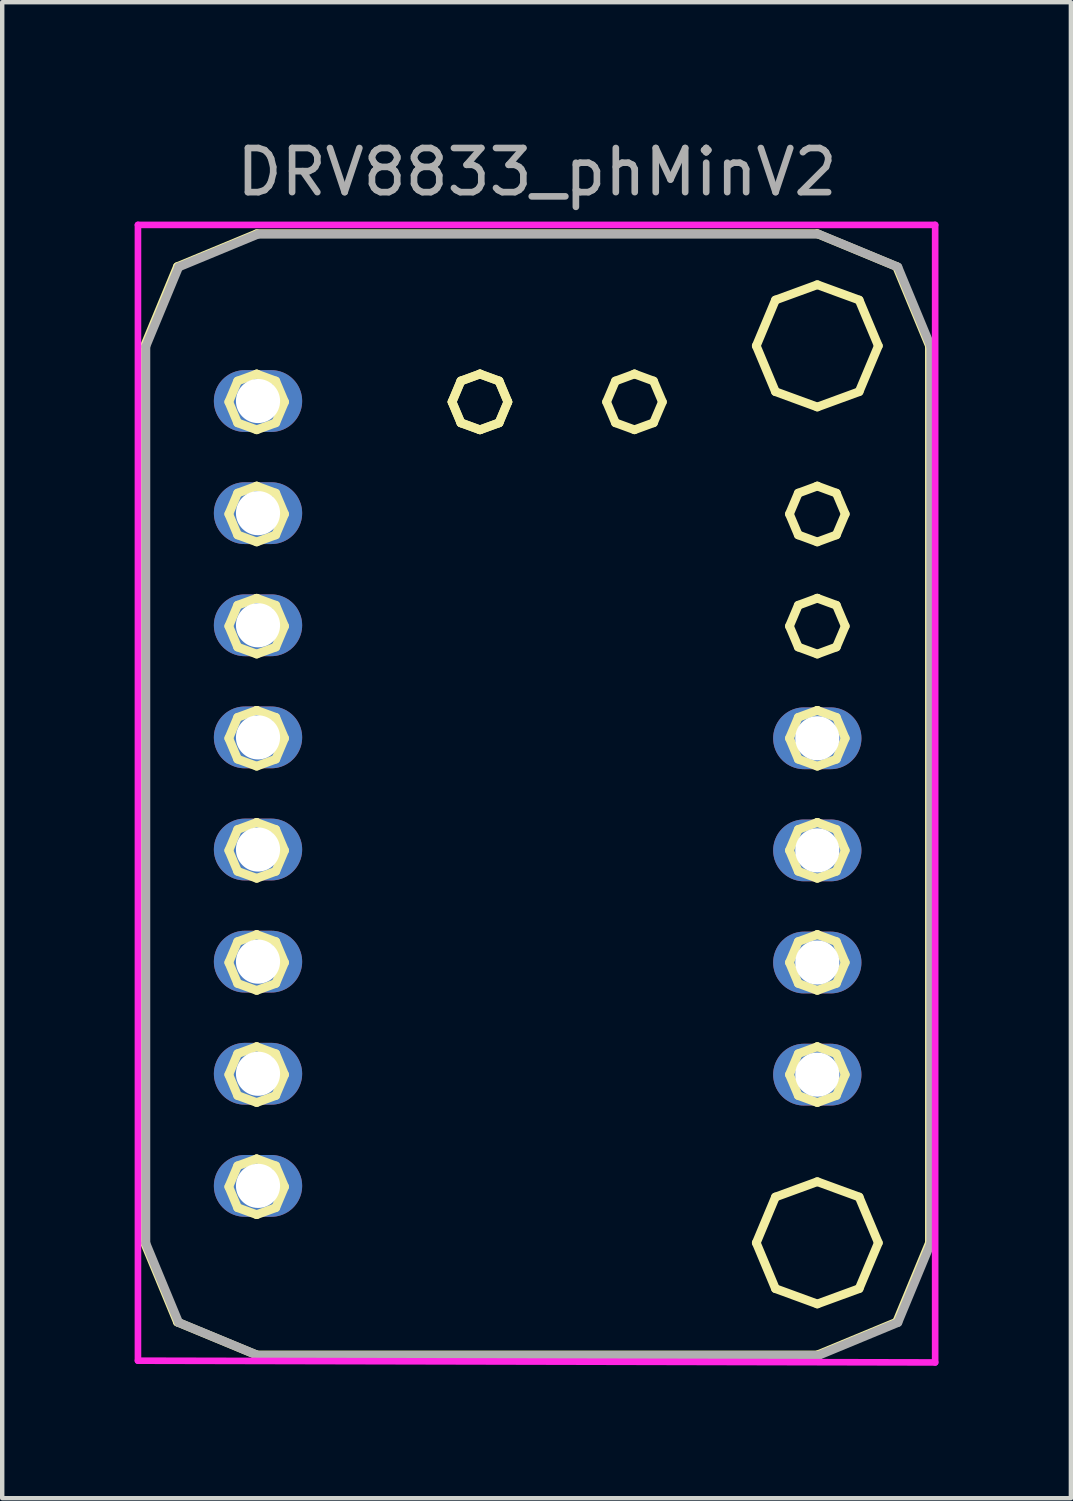
<source format=kicad_pcb>
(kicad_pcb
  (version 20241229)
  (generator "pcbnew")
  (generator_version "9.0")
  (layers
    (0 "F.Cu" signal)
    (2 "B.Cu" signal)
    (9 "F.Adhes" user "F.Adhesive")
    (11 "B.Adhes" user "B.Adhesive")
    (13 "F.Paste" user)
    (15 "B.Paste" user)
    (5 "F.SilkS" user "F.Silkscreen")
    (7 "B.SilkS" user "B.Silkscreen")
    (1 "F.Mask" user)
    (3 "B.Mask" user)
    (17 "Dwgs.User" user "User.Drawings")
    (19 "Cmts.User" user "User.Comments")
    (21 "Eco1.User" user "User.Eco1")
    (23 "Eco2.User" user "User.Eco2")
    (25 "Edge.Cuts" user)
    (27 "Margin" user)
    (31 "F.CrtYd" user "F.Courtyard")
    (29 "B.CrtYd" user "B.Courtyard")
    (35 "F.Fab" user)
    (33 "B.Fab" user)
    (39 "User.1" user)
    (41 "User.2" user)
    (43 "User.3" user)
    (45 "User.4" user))
  (footprint "DRV8833_phMinV2"
    (layer "F.Cu")
    (at 9.115 14.945)
    (property "Reference" "DRV8833_phMinV2" (at 0 -14.097 0) (layer "F.Fab") (effects (font (size 1 1) (thickness 0.15))))
    (attr smd)
    (fp_line (start -8.89 -10.16) (end -8.146 -11.956) (stroke (width 0.198) (type solid)) (layer "F.SilkS"))
    (fp_line (start -8.89 10.16) (end -8.89 -10.16) (stroke (width 0.198) (type solid)) (layer "F.SilkS"))
    (fp_line (start -8.146 -11.956) (end -6.35 -12.7) (stroke (width 0.198) (type solid)) (layer "F.SilkS"))
    (fp_line (start -8.146 11.956) (end -8.89 10.16) (stroke (width 0.198) (type solid)) (layer "F.SilkS"))
    (fp_line (start -6.982 -8.89) (end -6.782 -8.416) (stroke (width 0.198) (type solid)) (layer "F.SilkS"))
    (fp_line (start -6.982 -6.35) (end -6.782 -5.877) (stroke (width 0.198) (type solid)) (layer "F.SilkS"))
    (fp_line (start -6.982 -3.81) (end -6.782 -3.336) (stroke (width 0.198) (type solid)) (layer "F.SilkS"))
    (fp_line (start -6.982 -1.27) (end -6.782 -0.797) (stroke (width 0.198) (type solid)) (layer "F.SilkS"))
    (fp_line (start -6.982 1.271) (end -6.782 1.744) (stroke (width 0.198) (type solid)) (layer "F.SilkS"))
    (fp_line (start -6.982 3.81) (end -6.782 4.284) (stroke (width 0.198) (type solid)) (layer "F.SilkS"))
    (fp_line (start -6.982 6.35) (end -6.782 6.823) (stroke (width 0.198) (type solid)) (layer "F.SilkS"))
    (fp_line (start -6.982 8.89) (end -6.782 9.364) (stroke (width 0.198) (type solid)) (layer "F.SilkS"))
    (fp_line (start -6.782 -9.364) (end -6.982 -8.89) (stroke (width 0.198) (type solid)) (layer "F.SilkS"))
    (fp_line (start -6.782 -8.416) (end -6.35 -8.258) (stroke (width 0.198) (type solid)) (layer "F.SilkS"))
    (fp_line (start -6.782 -6.824) (end -6.982 -6.35) (stroke (width 0.198) (type solid)) (layer "F.SilkS"))
    (fp_line (start -6.782 -5.877) (end -6.35 -5.718) (stroke (width 0.198) (type solid)) (layer "F.SilkS"))
    (fp_line (start -6.782 -4.284) (end -6.982 -3.81) (stroke (width 0.198) (type solid)) (layer "F.SilkS"))
    (fp_line (start -6.782 -3.336) (end -6.35 -3.178) (stroke (width 0.198) (type solid)) (layer "F.SilkS"))
    (fp_line (start -6.782 -1.744) (end -6.982 -1.27) (stroke (width 0.198) (type solid)) (layer "F.SilkS"))
    (fp_line (start -6.782 -0.797) (end -6.35 -0.638) (stroke (width 0.198) (type solid)) (layer "F.SilkS"))
    (fp_line (start -6.782 0.797) (end -6.982 1.271) (stroke (width 0.198) (type solid)) (layer "F.SilkS"))
    (fp_line (start -6.782 1.744) (end -6.35 1.902) (stroke (width 0.198) (type solid)) (layer "F.SilkS"))
    (fp_line (start -6.782 3.336) (end -6.982 3.81) (stroke (width 0.198) (type solid)) (layer "F.SilkS"))
    (fp_line (start -6.782 4.284) (end -6.35 4.442) (stroke (width 0.198) (type solid)) (layer "F.SilkS"))
    (fp_line (start -6.782 5.876) (end -6.982 6.35) (stroke (width 0.198) (type solid)) (layer "F.SilkS"))
    (fp_line (start -6.782 6.823) (end -6.35 6.982) (stroke (width 0.198) (type solid)) (layer "F.SilkS"))
    (fp_line (start -6.782 8.416) (end -6.982 8.89) (stroke (width 0.198) (type solid)) (layer "F.SilkS"))
    (fp_line (start -6.782 9.364) (end -6.35 9.522) (stroke (width 0.198) (type solid)) (layer "F.SilkS"))
    (fp_line (start -6.35 -9.522) (end -6.782 -9.364) (stroke (width 0.198) (type solid)) (layer "F.SilkS"))
    (fp_line (start -6.35 -9.522) (end -6.35 -9.522) (stroke (width 0.198) (type solid)) (layer "F.SilkS"))
    (fp_line (start -6.35 -8.258) (end -5.918 -8.416) (stroke (width 0.198) (type solid)) (layer "F.SilkS"))
    (fp_line (start -6.35 -6.983) (end -6.782 -6.824) (stroke (width 0.198) (type solid)) (layer "F.SilkS"))
    (fp_line (start -6.35 -6.983) (end -6.35 -6.983) (stroke (width 0.198) (type solid)) (layer "F.SilkS"))
    (fp_line (start -6.35 -5.718) (end -5.918 -5.877) (stroke (width 0.198) (type solid)) (layer "F.SilkS"))
    (fp_line (start -6.35 -4.442) (end -6.782 -4.284) (stroke (width 0.198) (type solid)) (layer "F.SilkS"))
    (fp_line (start -6.35 -4.442) (end -6.35 -4.442) (stroke (width 0.198) (type solid)) (layer "F.SilkS"))
    (fp_line (start -6.35 -3.178) (end -5.918 -3.336) (stroke (width 0.198) (type solid)) (layer "F.SilkS"))
    (fp_line (start -6.35 -1.902) (end -6.782 -1.744) (stroke (width 0.198) (type solid)) (layer "F.SilkS"))
    (fp_line (start -6.35 -1.902) (end -6.35 -1.902) (stroke (width 0.198) (type solid)) (layer "F.SilkS"))
    (fp_line (start -6.35 -0.638) (end -5.918 -0.797) (stroke (width 0.198) (type solid)) (layer "F.SilkS"))
    (fp_line (start -6.35 0.638) (end -6.782 0.797) (stroke (width 0.198) (type solid)) (layer "F.SilkS"))
    (fp_line (start -6.35 0.638) (end -6.35 0.638) (stroke (width 0.198) (type solid)) (layer "F.SilkS"))
    (fp_line (start -6.35 1.902) (end -5.918 1.744) (stroke (width 0.198) (type solid)) (layer "F.SilkS"))
    (fp_line (start -6.35 3.178) (end -6.782 3.336) (stroke (width 0.198) (type solid)) (layer "F.SilkS"))
    (fp_line (start -6.35 3.178) (end -6.35 3.178) (stroke (width 0.198) (type solid)) (layer "F.SilkS"))
    (fp_line (start -6.35 4.442) (end -5.918 4.284) (stroke (width 0.198) (type solid)) (layer "F.SilkS"))
    (fp_line (start -6.35 5.717) (end -6.782 5.876) (stroke (width 0.198) (type solid)) (layer "F.SilkS"))
    (fp_line (start -6.35 5.717) (end -6.35 5.717) (stroke (width 0.198) (type solid)) (layer "F.SilkS"))
    (fp_line (start -6.35 6.982) (end -5.918 6.823) (stroke (width 0.198) (type solid)) (layer "F.SilkS"))
    (fp_line (start -6.35 8.258) (end -6.782 8.416) (stroke (width 0.198) (type solid)) (layer "F.SilkS"))
    (fp_line (start -6.35 8.258) (end -6.35 8.258) (stroke (width 0.198) (type solid)) (layer "F.SilkS"))
    (fp_line (start -6.35 9.522) (end -5.918 9.364) (stroke (width 0.198) (type solid)) (layer "F.SilkS"))
    (fp_line (start -6.35 -12.7) (end 6.35 -12.7) (stroke (width 0.198) (type solid)) (layer "F.SilkS"))
    (fp_line (start -6.35 12.7) (end -8.146 11.956) (stroke (width 0.198) (type solid)) (layer "F.SilkS"))
    (fp_line (start -5.918 -9.364) (end -6.35 -9.522) (stroke (width 0.198) (type solid)) (layer "F.SilkS"))
    (fp_line (start -5.918 -8.416) (end -5.718 -8.89) (stroke (width 0.198) (type solid)) (layer "F.SilkS"))
    (fp_line (start -5.918 -6.824) (end -6.35 -6.983) (stroke (width 0.198) (type solid)) (layer "F.SilkS"))
    (fp_line (start -5.918 -5.877) (end -5.718 -6.35) (stroke (width 0.198) (type solid)) (layer "F.SilkS"))
    (fp_line (start -5.918 -4.284) (end -6.35 -4.442) (stroke (width 0.198) (type solid)) (layer "F.SilkS"))
    (fp_line (start -5.918 -1.744) (end -6.35 -1.902) (stroke (width 0.198) (type solid)) (layer "F.SilkS"))
    (fp_line (start -5.918 -0.797) (end -5.718 -1.27) (stroke (width 0.198) (type solid)) (layer "F.SilkS"))
    (fp_line (start -5.918 0.797) (end -6.35 0.638) (stroke (width 0.198) (type solid)) (layer "F.SilkS"))
    (fp_line (start -5.918 3.336) (end -6.35 3.178) (stroke (width 0.198) (type solid)) (layer "F.SilkS"))
    (fp_line (start -5.918 4.284) (end -5.718 3.81) (stroke (width 0.198) (type solid)) (layer "F.SilkS"))
    (fp_line (start -5.918 5.876) (end -6.35 5.717) (stroke (width 0.198) (type solid)) (layer "F.SilkS"))
    (fp_line (start -5.918 6.823) (end -5.718 6.35) (stroke (width 0.198) (type solid)) (layer "F.SilkS"))
    (fp_line (start -5.918 8.416) (end -6.35 8.258) (stroke (width 0.198) (type solid)) (layer "F.SilkS"))
    (fp_line (start -5.918 9.364) (end -5.718 8.89) (stroke (width 0.198) (type solid)) (layer "F.SilkS"))
    (fp_line (start -5.918 -3.336) (end -5.718 -3.81) (stroke (width 0.198) (type solid)) (layer "F.SilkS"))
    (fp_line (start -5.918 1.744) (end -5.718 1.271) (stroke (width 0.198) (type solid)) (layer "F.SilkS"))
    (fp_line (start -5.718 -8.89) (end -5.918 -9.364) (stroke (width 0.198) (type solid)) (layer "F.SilkS"))
    (fp_line (start -5.718 -6.35) (end -5.918 -6.824) (stroke (width 0.198) (type solid)) (layer "F.SilkS"))
    (fp_line (start -5.718 -3.81) (end -5.918 -4.284) (stroke (width 0.198) (type solid)) (layer "F.SilkS"))
    (fp_line (start -5.718 1.271) (end -5.918 0.797) (stroke (width 0.198) (type solid)) (layer "F.SilkS"))
    (fp_line (start -5.718 3.81) (end -5.918 3.336) (stroke (width 0.198) (type solid)) (layer "F.SilkS"))
    (fp_line (start -5.718 8.89) (end -5.918 8.416) (stroke (width 0.198) (type solid)) (layer "F.SilkS"))
    (fp_line (start -5.718 -1.27) (end -5.918 -1.744) (stroke (width 0.198) (type solid)) (layer "F.SilkS"))
    (fp_line (start -5.718 6.35) (end -5.918 5.876) (stroke (width 0.198) (type solid)) (layer "F.SilkS"))
    (fp_line (start -1.924 -8.89) (end -1.724 -8.416) (stroke (width 0.198) (type solid)) (layer "F.SilkS"))
    (fp_line (start -1.924 -8.89) (end -1.724 -8.416) (stroke (width 0.198) (type solid)) (layer "F.SilkS"))
    (fp_line (start -1.724 -9.364) (end -1.924 -8.89) (stroke (width 0.198) (type solid)) (layer "F.SilkS"))
    (fp_line (start -1.724 -9.364) (end -1.924 -8.89) (stroke (width 0.198) (type solid)) (layer "F.SilkS"))
    (fp_line (start -1.724 -8.416) (end -1.292 -8.258) (stroke (width 0.198) (type solid)) (layer "F.SilkS"))
    (fp_line (start -1.724 -8.416) (end -1.292 -8.258) (stroke (width 0.198) (type solid)) (layer "F.SilkS"))
    (fp_line (start -1.292 -9.522) (end -1.724 -9.364) (stroke (width 0.198) (type solid)) (layer "F.SilkS"))
    (fp_line (start -1.292 -9.522) (end -1.724 -9.364) (stroke (width 0.198) (type solid)) (layer "F.SilkS"))
    (fp_line (start -1.292 -9.522) (end -1.292 -9.522) (stroke (width 0.198) (type solid)) (layer "F.SilkS"))
    (fp_line (start -1.292 -9.522) (end -1.292 -9.522) (stroke (width 0.198) (type solid)) (layer "F.SilkS"))
    (fp_line (start -1.292 -8.258) (end -0.86 -8.416) (stroke (width 0.198) (type solid)) (layer "F.SilkS"))
    (fp_line (start -1.292 -8.258) (end -0.86 -8.416) (stroke (width 0.198) (type solid)) (layer "F.SilkS"))
    (fp_line (start -0.86 -9.364) (end -1.292 -9.522) (stroke (width 0.198) (type solid)) (layer "F.SilkS"))
    (fp_line (start -0.86 -9.364) (end -1.292 -9.522) (stroke (width 0.198) (type solid)) (layer "F.SilkS"))
    (fp_line (start -0.86 -8.416) (end -0.66 -8.89) (stroke (width 0.198) (type solid)) (layer "F.SilkS"))
    (fp_line (start -0.86 -8.416) (end -0.66 -8.89) (stroke (width 0.198) (type solid)) (layer "F.SilkS"))
    (fp_line (start -0.66 -8.89) (end -0.86 -9.364) (stroke (width 0.198) (type solid)) (layer "F.SilkS"))
    (fp_line (start -0.66 -8.89) (end -0.86 -9.364) (stroke (width 0.198) (type solid)) (layer "F.SilkS"))
    (fp_line (start 1.576 -8.89) (end 1.777 -8.417) (stroke (width 0.198) (type solid)) (layer "F.SilkS"))
    (fp_line (start 1.777 -9.364) (end 1.576 -8.89) (stroke (width 0.198) (type solid)) (layer "F.SilkS"))
    (fp_line (start 1.777 -8.417) (end 2.208 -8.259) (stroke (width 0.198) (type solid)) (layer "F.SilkS"))
    (fp_line (start 2.208 -9.523) (end 1.777 -9.364) (stroke (width 0.198) (type solid)) (layer "F.SilkS"))
    (fp_line (start 2.208 -9.523) (end 2.208 -9.523) (stroke (width 0.198) (type solid)) (layer "F.SilkS"))
    (fp_line (start 2.208 -8.259) (end 2.64 -8.417) (stroke (width 0.198) (type solid)) (layer "F.SilkS"))
    (fp_line (start 2.64 -9.364) (end 2.208 -9.523) (stroke (width 0.198) (type solid)) (layer "F.SilkS"))
    (fp_line (start 2.64 -8.417) (end 2.841 -8.89) (stroke (width 0.198) (type solid)) (layer "F.SilkS"))
    (fp_line (start 2.841 -8.89) (end 2.64 -9.364) (stroke (width 0.198) (type solid)) (layer "F.SilkS"))
    (fp_line (start 4.968 -10.16) (end 5.402 -9.122) (stroke (width 0.198) (type solid)) (layer "F.SilkS"))
    (fp_line (start 4.968 10.16) (end 5.402 11.198) (stroke (width 0.198) (type solid)) (layer "F.SilkS"))
    (fp_line (start 5.402 -11.198) (end 4.968 -10.16) (stroke (width 0.198) (type solid)) (layer "F.SilkS"))
    (fp_line (start 5.402 -9.122) (end 6.35 -8.775) (stroke (width 0.198) (type solid)) (layer "F.SilkS"))
    (fp_line (start 5.402 9.122) (end 4.968 10.16) (stroke (width 0.198) (type solid)) (layer "F.SilkS"))
    (fp_line (start 5.402 11.198) (end 6.35 11.545) (stroke (width 0.198) (type solid)) (layer "F.SilkS"))
    (fp_line (start 5.719 -6.35) (end 5.919 -5.877) (stroke (width 0.198) (type solid)) (layer "F.SilkS"))
    (fp_line (start 5.719 -3.81) (end 5.919 -3.337) (stroke (width 0.198) (type solid)) (layer "F.SilkS"))
    (fp_line (start 5.719 1.27) (end 5.919 1.743) (stroke (width 0.198) (type solid)) (layer "F.SilkS"))
    (fp_line (start 5.719 3.81) (end 5.919 4.283) (stroke (width 0.198) (type solid)) (layer "F.SilkS"))
    (fp_line (start 5.719 6.35) (end 5.919 6.823) (stroke (width 0.198) (type solid)) (layer "F.SilkS"))
    (fp_line (start 5.719 -1.27) (end 5.919 -0.796) (stroke (width 0.198) (type solid)) (layer "F.SilkS"))
    (fp_line (start 5.919 -6.824) (end 5.719 -6.35) (stroke (width 0.198) (type solid)) (layer "F.SilkS"))
    (fp_line (start 5.919 -5.877) (end 6.35 -5.718) (stroke (width 0.198) (type solid)) (layer "F.SilkS"))
    (fp_line (start 5.919 -4.284) (end 5.719 -3.81) (stroke (width 0.198) (type solid)) (layer "F.SilkS"))
    (fp_line (start 5.919 -3.337) (end 6.35 -3.178) (stroke (width 0.198) (type solid)) (layer "F.SilkS"))
    (fp_line (start 5.919 -1.744) (end 5.719 -1.27) (stroke (width 0.198) (type solid)) (layer "F.SilkS"))
    (fp_line (start 5.919 -0.796) (end 6.35 -0.638) (stroke (width 0.198) (type solid)) (layer "F.SilkS"))
    (fp_line (start 5.919 0.796) (end 5.719 1.27) (stroke (width 0.198) (type solid)) (layer "F.SilkS"))
    (fp_line (start 5.919 1.743) (end 6.35 1.902) (stroke (width 0.198) (type solid)) (layer "F.SilkS"))
    (fp_line (start 5.919 3.336) (end 5.719 3.81) (stroke (width 0.198) (type solid)) (layer "F.SilkS"))
    (fp_line (start 5.919 4.283) (end 6.35 4.441) (stroke (width 0.198) (type solid)) (layer "F.SilkS"))
    (fp_line (start 5.919 5.876) (end 5.719 6.35) (stroke (width 0.198) (type solid)) (layer "F.SilkS"))
    (fp_line (start 5.919 6.823) (end 6.35 6.982) (stroke (width 0.198) (type solid)) (layer "F.SilkS"))
    (fp_line (start 6.35 -11.545) (end 5.402 -11.198) (stroke (width 0.198) (type solid)) (layer "F.SilkS"))
    (fp_line (start 6.35 -8.775) (end 7.298 -9.122) (stroke (width 0.198) (type solid)) (layer "F.SilkS"))
    (fp_line (start 6.35 8.775) (end 5.402 9.122) (stroke (width 0.198) (type solid)) (layer "F.SilkS"))
    (fp_line (start 6.35 11.545) (end 7.298 11.198) (stroke (width 0.198) (type solid)) (layer "F.SilkS"))
    (fp_line (start 6.35 -12.7) (end 8.146 -11.956) (stroke (width 0.198) (type solid)) (layer "F.SilkS"))
    (fp_line (start 6.35 12.7) (end -6.35 12.7) (stroke (width 0.198) (type solid)) (layer "F.SilkS"))
    (fp_line (start 6.35 0.637) (end 5.919 0.796) (stroke (width 0.198) (type solid)) (layer "F.SilkS"))
    (fp_line (start 6.35 3.177) (end 5.919 3.336) (stroke (width 0.198) (type solid)) (layer "F.SilkS"))
    (fp_line (start 6.35 4.441) (end 6.782 4.283) (stroke (width 0.198) (type solid)) (layer "F.SilkS"))
    (fp_line (start 6.35 5.717) (end 5.919 5.876) (stroke (width 0.198) (type solid)) (layer "F.SilkS"))
    (fp_line (start 6.35 -6.983) (end 5.919 -6.824) (stroke (width 0.198) (type solid)) (layer "F.SilkS"))
    (fp_line (start 6.35 -6.983) (end 6.35 -6.983) (stroke (width 0.198) (type solid)) (layer "F.SilkS"))
    (fp_line (start 6.35 -5.718) (end 6.782 -5.877) (stroke (width 0.198) (type solid)) (layer "F.SilkS"))
    (fp_line (start 6.35 -4.443) (end 5.919 -4.284) (stroke (width 0.198) (type solid)) (layer "F.SilkS"))
    (fp_line (start 6.35 -4.443) (end 6.35 -4.443) (stroke (width 0.198) (type solid)) (layer "F.SilkS"))
    (fp_line (start 6.35 -3.178) (end 6.782 -3.337) (stroke (width 0.198) (type solid)) (layer "F.SilkS"))
    (fp_line (start 6.35 -1.902) (end 5.919 -1.744) (stroke (width 0.198) (type solid)) (layer "F.SilkS"))
    (fp_line (start 6.35 -1.902) (end 6.35 -1.902) (stroke (width 0.198) (type solid)) (layer "F.SilkS"))
    (fp_line (start 6.35 -0.638) (end 6.782 -0.796) (stroke (width 0.198) (type solid)) (layer "F.SilkS"))
    (fp_line (start 6.35 0.637) (end 6.35 0.637) (stroke (width 0.198) (type solid)) (layer "F.SilkS"))
    (fp_line (start 6.35 1.902) (end 6.782 1.743) (stroke (width 0.198) (type solid)) (layer "F.SilkS"))
    (fp_line (start 6.35 3.177) (end 6.35 3.177) (stroke (width 0.198) (type solid)) (layer "F.SilkS"))
    (fp_line (start 6.35 5.717) (end 6.35 5.717) (stroke (width 0.198) (type solid)) (layer "F.SilkS"))
    (fp_line (start 6.35 6.982) (end 6.782 6.823) (stroke (width 0.198) (type solid)) (layer "F.SilkS"))
    (fp_line (start 6.782 3.336) (end 6.35 3.177) (stroke (width 0.198) (type solid)) (layer "F.SilkS"))
    (fp_line (start 6.782 6.823) (end 6.983 6.35) (stroke (width 0.198) (type solid)) (layer "F.SilkS"))
    (fp_line (start 6.782 -6.824) (end 6.35 -6.983) (stroke (width 0.198) (type solid)) (layer "F.SilkS"))
    (fp_line (start 6.782 -5.877) (end 6.983 -6.35) (stroke (width 0.198) (type solid)) (layer "F.SilkS"))
    (fp_line (start 6.782 -4.284) (end 6.35 -4.443) (stroke (width 0.198) (type solid)) (layer "F.SilkS"))
    (fp_line (start 6.782 -3.337) (end 6.983 -3.81) (stroke (width 0.198) (type solid)) (layer "F.SilkS"))
    (fp_line (start 6.782 -1.744) (end 6.35 -1.902) (stroke (width 0.198) (type solid)) (layer "F.SilkS"))
    (fp_line (start 6.782 -0.796) (end 6.983 -1.27) (stroke (width 0.198) (type solid)) (layer "F.SilkS"))
    (fp_line (start 6.782 0.796) (end 6.35 0.637) (stroke (width 0.198) (type solid)) (layer "F.SilkS"))
    (fp_line (start 6.782 1.743) (end 6.983 1.27) (stroke (width 0.198) (type solid)) (layer "F.SilkS"))
    (fp_line (start 6.782 4.283) (end 6.983 3.81) (stroke (width 0.198) (type solid)) (layer "F.SilkS"))
    (fp_line (start 6.782 5.876) (end 6.35 5.717) (stroke (width 0.198) (type solid)) (layer "F.SilkS"))
    (fp_line (start 6.983 -6.35) (end 6.782 -6.824) (stroke (width 0.198) (type solid)) (layer "F.SilkS"))
    (fp_line (start 6.983 -3.81) (end 6.782 -4.284) (stroke (width 0.198) (type solid)) (layer "F.SilkS"))
    (fp_line (start 6.983 -1.27) (end 6.782 -1.744) (stroke (width 0.198) (type solid)) (layer "F.SilkS"))
    (fp_line (start 6.983 1.27) (end 6.782 0.796) (stroke (width 0.198) (type solid)) (layer "F.SilkS"))
    (fp_line (start 6.983 3.81) (end 6.782 3.336) (stroke (width 0.198) (type solid)) (layer "F.SilkS"))
    (fp_line (start 6.983 6.35) (end 6.782 5.876) (stroke (width 0.198) (type solid)) (layer "F.SilkS"))
    (fp_line (start 7.298 -11.198) (end 6.35 -11.545) (stroke (width 0.198) (type solid)) (layer "F.SilkS"))
    (fp_line (start 7.298 -9.122) (end 7.733 -10.16) (stroke (width 0.198) (type solid)) (layer "F.SilkS"))
    (fp_line (start 7.298 9.122) (end 6.35 8.775) (stroke (width 0.198) (type solid)) (layer "F.SilkS"))
    (fp_line (start 7.298 11.198) (end 7.733 10.16) (stroke (width 0.198) (type solid)) (layer "F.SilkS"))
    (fp_line (start 7.733 -10.16) (end 7.298 -11.198) (stroke (width 0.198) (type solid)) (layer "F.SilkS"))
    (fp_line (start 7.733 10.16) (end 7.298 9.122) (stroke (width 0.198) (type solid)) (layer "F.SilkS"))
    (fp_line (start 8.146 -11.956) (end 8.89 -10.16) (stroke (width 0.198) (type solid)) (layer "F.SilkS"))
    (fp_line (start 8.146 11.956) (end 6.35 12.7) (stroke (width 0.198) (type solid)) (layer "F.SilkS"))
    (fp_line (start 8.89 -10.16) (end 8.89 10.16) (stroke (width 0.198) (type solid)) (layer "F.SilkS"))
    (fp_line (start 8.89 10.16) (end 8.146 11.956) (stroke (width 0.198) (type solid)) (layer "F.SilkS"))
    (fp_line (start -9.04 -12.9) (end -9.04 12.83) (stroke (width 0.15) (type solid)) (layer "F.CrtYd"))
    (fp_line (start -9.04 12.83) (end 9.02 12.87) (stroke (width 0.15) (type solid)) (layer "F.CrtYd"))
    (fp_line (start 9.02 -12.9) (end -9.04 -12.9) (stroke (width 0.15) (type solid)) (layer "F.CrtYd"))
    (fp_line (start 9.02 12.87) (end 9.02 -12.9) (stroke (width 0.15) (type solid)) (layer "F.CrtYd"))
    (fp_line (start -8.86 -10.15) (end -8.116 -11.946) (stroke (width 0.198) (type solid)) (layer "F.Fab"))
    (fp_line (start -8.86 10.17) (end -8.86 -10.15) (stroke (width 0.198) (type solid)) (layer "F.Fab"))
    (fp_line (start -8.116 -11.946) (end -6.32 -12.69) (stroke (width 0.198) (type solid)) (layer "F.Fab"))
    (fp_line (start -8.116 11.966) (end -8.86 10.17) (stroke (width 0.198) (type solid)) (layer "F.Fab"))
    (fp_line (start -6.32 -12.69) (end 6.38 -12.69) (stroke (width 0.198) (type solid)) (layer "F.Fab"))
    (fp_line (start -6.32 12.71) (end -8.116 11.966) (stroke (width 0.198) (type solid)) (layer "F.Fab"))
    (fp_line (start 6.38 -12.69) (end 8.176 -11.946) (stroke (width 0.198) (type solid)) (layer "F.Fab"))
    (fp_line (start 6.38 12.71) (end -6.32 12.71) (stroke (width 0.198) (type solid)) (layer "F.Fab"))
    (fp_line (start 8.176 -11.946) (end 8.92 -10.15) (stroke (width 0.198) (type solid)) (layer "F.Fab"))
    (fp_line (start 8.176 11.966) (end 6.38 12.71) (stroke (width 0.198) (type solid)) (layer "F.Fab"))
    (fp_line (start 8.92 -10.15) (end 8.92 10.17) (stroke (width 0.198) (type solid)) (layer "F.Fab"))
    (fp_line (start 8.92 10.17) (end 8.176 11.966) (stroke (width 0.198) (type solid)) (layer "F.Fab"))
    (pad "1" thru_hole oval (at -6.32 -8.91 270) (size 1.4 2) (drill 1) (layers "*.Cu" "*.Mask"))
    (pad "2" thru_hole oval (at -6.32 -6.37 270) (size 1.4 2) (drill 1) (layers "*.Cu" "*.Mask"))
    (pad "3" thru_hole oval (at -6.32 -3.83 270) (size 1.4 2) (drill 1) (layers "*.Cu" "*.Mask"))
    (pad "4" thru_hole oval (at -6.32 -1.29 270) (size 1.4 2) (drill 1) (layers "*.Cu" "*.Mask"))
    (pad "5" thru_hole oval (at -6.32 1.25 270) (size 1.4 2) (drill 1) (layers "*.Cu" "*.Mask"))
    (pad "6" thru_hole oval (at -6.32 3.79 270) (size 1.4 2) (drill 1) (layers "*.Cu" "*.Mask"))
    (pad "7" thru_hole oval (at -6.32 6.33 270) (size 1.4 2) (drill 1) (layers "*.Cu" "*.Mask"))
    (pad "8" thru_hole oval (at -6.32 8.87 270) (size 1.4 2) (drill 1) (layers "*.Cu" "*.Mask"))
    (pad "9" thru_hole oval (at 6.35 6.35 90) (size 1.4 2) (drill 1) (layers "*.Cu" "*.Mask"))
    (pad "10" thru_hole oval (at 6.35 3.81 90) (size 1.4 2) (drill 1) (layers "*.Cu" "*.Mask"))
    (pad "11" thru_hole oval (at 6.35 1.27 90) (size 1.4 2) (drill 1) (layers "*.Cu" "*.Mask"))
    (pad "12" thru_hole oval (at 6.35 -1.27 90) (size 1.4 2) (drill 1) (layers "*.Cu" "*.Mask")))
  (gr_rect
    (start -3 -3)
    (end 21.21 30.89)
    (stroke (width 0.1) (type default))
    (fill no)
    (layer "Edge.Cuts")))
</source>
